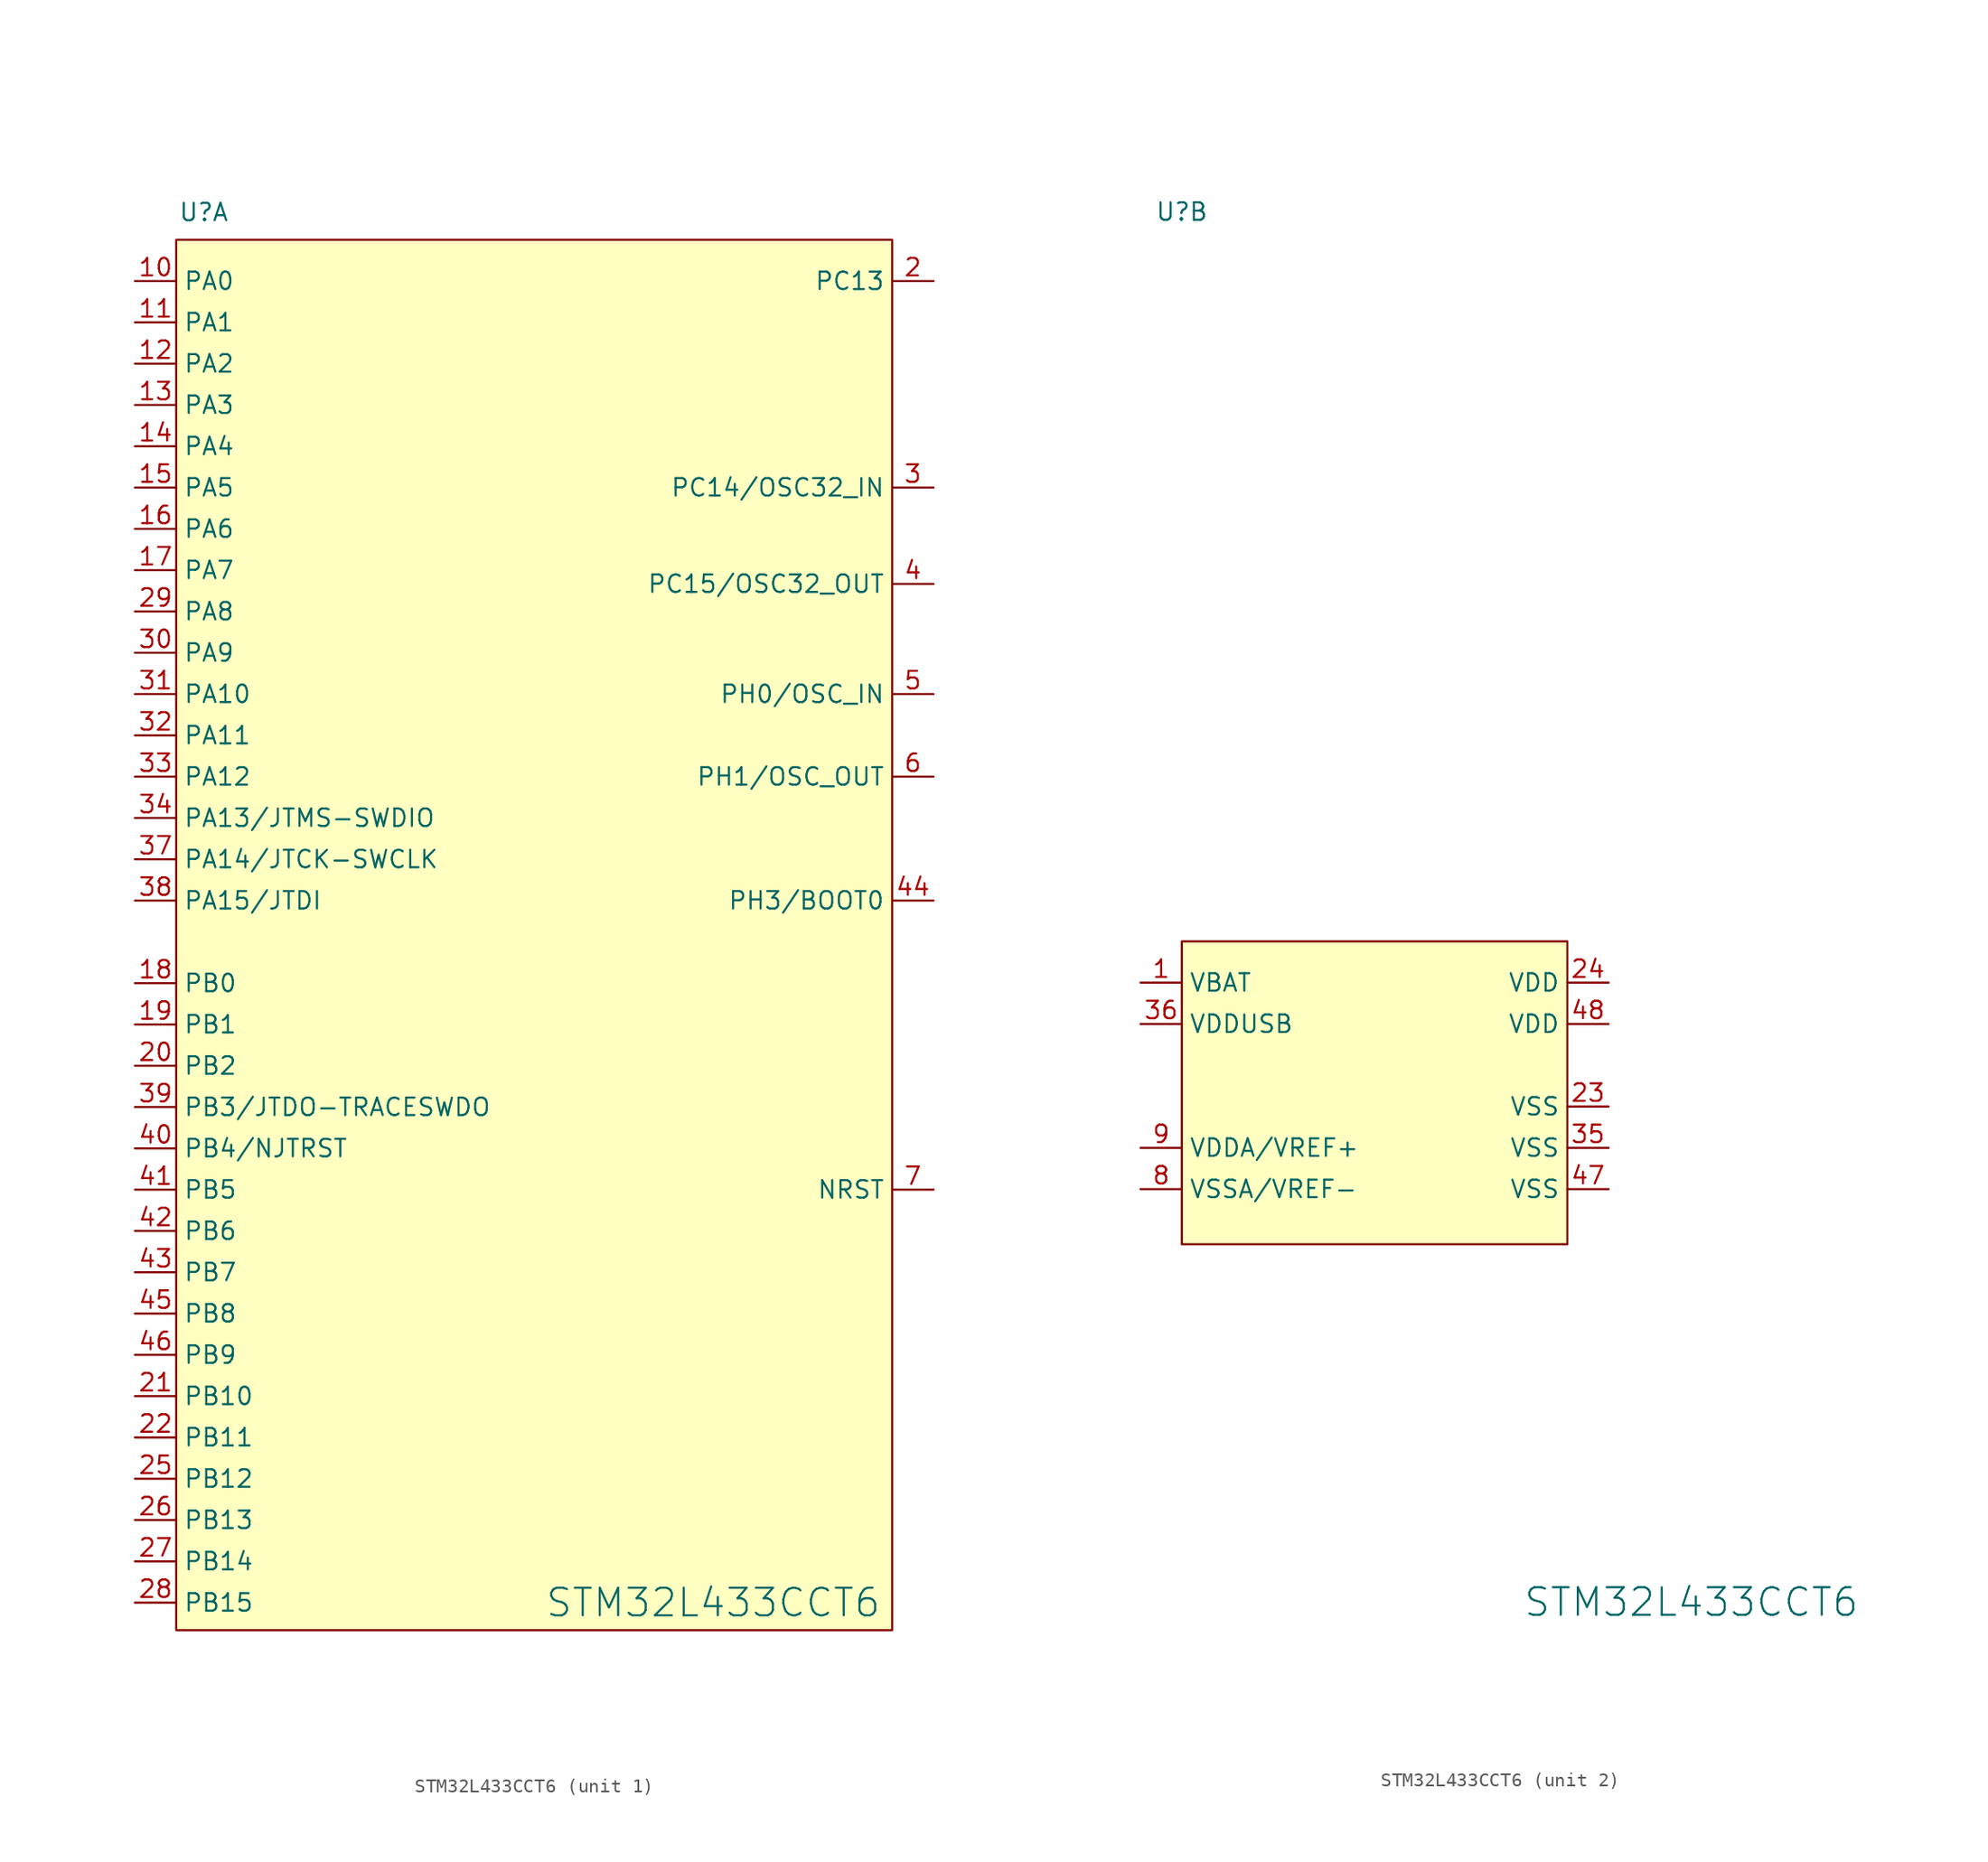
<source format=kicad_sym>
(kicad_symbol_lib
  (version 20211014)
  (generator kicad_symbol_editor)
  (symbol "STM32L433CCT6"
    (property "Reference" "U"
      (at 0 53 0)
      (effects (font (size 1.27 1.27))))
    (property "Value" "STM32L433CCT6"
      (at 37 -48 0)
      (effects (font (size 2 2))))
    (property "ki_locked" ""
      (at 0 0 0)
      (effects (font (size 1.27 1.27))))
    (symbol "STM32L433CCT6_1_1"
      (rectangle (start -2 51) (end 50 -50) (stroke (width 0) (type default) (color 0 0 0 0)) (fill (type background)))
      (pin free line (at -5 48 0) (length 3) (name "PA0" (effects (font (size 1.27 1.27)))) (number "10" (effects (font (size 1.27 1.27)))))
      (pin free line (at -5 45 0) (length 3) (name "PA1" (effects (font (size 1.27 1.27)))) (number "11" (effects (font (size 1.27 1.27)))))
      (pin free line (at -5 42 0) (length 3) (name "PA2" (effects (font (size 1.27 1.27)))) (number "12" (effects (font (size 1.27 1.27)))))
      (pin free line (at -5 39 0) (length 3) (name "PA3" (effects (font (size 1.27 1.27)))) (number "13" (effects (font (size 1.27 1.27)))))
      (pin free line (at -5 36 0) (length 3) (name "PA4" (effects (font (size 1.27 1.27)))) (number "14" (effects (font (size 1.27 1.27)))))
      (pin free line (at -5 33 0) (length 3) (name "PA5" (effects (font (size 1.27 1.27)))) (number "15" (effects (font (size 1.27 1.27)))))
      (pin free line (at -5 30 0) (length 3) (name "PA6" (effects (font (size 1.27 1.27)))) (number "16" (effects (font (size 1.27 1.27)))))
      (pin free line (at -5 27 0) (length 3) (name "PA7" (effects (font (size 1.27 1.27)))) (number "17" (effects (font (size 1.27 1.27)))))
      (pin free line (at -5 -3 0) (length 3) (name "PB0" (effects (font (size 1.27 1.27)))) (number "18" (effects (font (size 1.27 1.27)))))
      (pin free line (at -5 -6 0) (length 3) (name "PB1" (effects (font (size 1.27 1.27)))) (number "19" (effects (font (size 1.27 1.27)))))
      (pin free line (at 53 48 180) (length 3) (name "PC13" (effects (font (size 1.27 1.27)))) (number "2" (effects (font (size 1.27 1.27)))))
      (pin free line (at -5 -9 0) (length 3) (name "PB2" (effects (font (size 1.27 1.27)))) (number "20" (effects (font (size 1.27 1.27)))))
      (pin free line (at -5 -33 0) (length 3) (name "PB10" (effects (font (size 1.27 1.27)))) (number "21" (effects (font (size 1.27 1.27)))))
      (pin free line (at -5 -36 0) (length 3) (name "PB11" (effects (font (size 1.27 1.27)))) (number "22" (effects (font (size 1.27 1.27)))))
      (pin free line (at -5 -39 0) (length 3) (name "PB12" (effects (font (size 1.27 1.27)))) (number "25" (effects (font (size 1.27 1.27)))))
      (pin free line (at -5 -42 0) (length 3) (name "PB13" (effects (font (size 1.27 1.27)))) (number "26" (effects (font (size 1.27 1.27)))))
      (pin free line (at -5 -45 0) (length 3) (name "PB14" (effects (font (size 1.27 1.27)))) (number "27" (effects (font (size 1.27 1.27)))))
      (pin free line (at -5 -48 0) (length 3) (name "PB15" (effects (font (size 1.27 1.27)))) (number "28" (effects (font (size 1.27 1.27)))))
      (pin free line (at -5 24 0) (length 3) (name "PA8" (effects (font (size 1.27 1.27)))) (number "29" (effects (font (size 1.27 1.27)))))
      (pin free line (at 53 33 180) (length 3) (name "PC14/OSC32_IN" (effects (font (size 1.27 1.27)))) (number "3" (effects (font (size 1.27 1.27)))))
      (pin free line (at -5 21 0) (length 3) (name "PA9" (effects (font (size 1.27 1.27)))) (number "30" (effects (font (size 1.27 1.27)))))
      (pin free line (at -5 18 0) (length 3) (name "PA10" (effects (font (size 1.27 1.27)))) (number "31" (effects (font (size 1.27 1.27)))))
      (pin free line (at -5 15 0) (length 3) (name "PA11" (effects (font (size 1.27 1.27)))) (number "32" (effects (font (size 1.27 1.27)))))
      (pin free line (at -5 12 0) (length 3) (name "PA12" (effects (font (size 1.27 1.27)))) (number "33" (effects (font (size 1.27 1.27)))))
      (pin free line (at -5 9 0) (length 3) (name "PA13/JTMS-SWDIO" (effects (font (size 1.27 1.27)))) (number "34" (effects (font (size 1.27 1.27)))))
      (pin free line (at -5 6 0) (length 3) (name "PA14/JTCK-SWCLK" (effects (font (size 1.27 1.27)))) (number "37" (effects (font (size 1.27 1.27)))))
      (pin free line (at -5 3 0) (length 3) (name "PA15/JTDI" (effects (font (size 1.27 1.27)))) (number "38" (effects (font (size 1.27 1.27)))))
      (pin free line (at -5 -12 0) (length 3) (name "PB3/JTDO-TRACESWDO" (effects (font (size 1.27 1.27)))) (number "39" (effects (font (size 1.27 1.27)))))
      (pin free line (at 53 26 180) (length 3) (name "PC15/OSC32_OUT" (effects (font (size 1.27 1.27)))) (number "4" (effects (font (size 1.27 1.27)))))
      (pin free line (at -5 -15 0) (length 3) (name "PB4/NJTRST" (effects (font (size 1.27 1.27)))) (number "40" (effects (font (size 1.27 1.27)))))
      (pin free line (at -5 -18 0) (length 3) (name "PB5" (effects (font (size 1.27 1.27)))) (number "41" (effects (font (size 1.27 1.27)))))
      (pin free line (at -5 -21 0) (length 3) (name "PB6" (effects (font (size 1.27 1.27)))) (number "42" (effects (font (size 1.27 1.27)))))
      (pin free line (at -5 -24 0) (length 3) (name "PB7" (effects (font (size 1.27 1.27)))) (number "43" (effects (font (size 1.27 1.27)))))
      (pin free line (at 53 3 180) (length 3) (name "PH3/BOOT0" (effects (font (size 1.27 1.27)))) (number "44" (effects (font (size 1.27 1.27)))))
      (pin free line (at -5 -27 0) (length 3) (name "PB8" (effects (font (size 1.27 1.27)))) (number "45" (effects (font (size 1.27 1.27)))))
      (pin free line (at -5 -30 0) (length 3) (name "PB9" (effects (font (size 1.27 1.27)))) (number "46" (effects (font (size 1.27 1.27)))))
      (pin free line (at 53 18 180) (length 3) (name "PH0/OSC_IN" (effects (font (size 1.27 1.27)))) (number "5" (effects (font (size 1.27 1.27)))))
      (pin free line (at 53 12 180) (length 3) (name "PH1/OSC_OUT" (effects (font (size 1.27 1.27)))) (number "6" (effects (font (size 1.27 1.27)))))
      (pin free line (at 53 -18 180) (length 3) (name "NRST" (effects (font (size 1.27 1.27)))) (number "7" (effects (font (size 1.27 1.27))))))
    (symbol "STM32L433CCT6_2_1"
      (rectangle (start 0 0) (end 28 -22) (stroke (width 0) (type default) (color 0 0 0 0)) (fill (type background)))
      (pin free line (at -3 -3 0) (length 3) (name "VBAT" (effects (font (size 1.27 1.27)))) (number "1" (effects (font (size 1.27 1.27)))))
      (pin free line (at 31 -12 180) (length 3) (name "VSS" (effects (font (size 1.27 1.27)))) (number "23" (effects (font (size 1.27 1.27)))))
      (pin free line (at 31 -3 180) (length 3) (name "VDD" (effects (font (size 1.27 1.27)))) (number "24" (effects (font (size 1.27 1.27)))))
      (pin free line (at 31 -15 180) (length 3) (name "VSS" (effects (font (size 1.27 1.27)))) (number "35" (effects (font (size 1.27 1.27)))))
      (pin free line (at -3 -6 0) (length 3) (name "VDDUSB" (effects (font (size 1.27 1.27)))) (number "36" (effects (font (size 1.27 1.27)))))
      (pin free line (at 31 -18 180) (length 3) (name "VSS" (effects (font (size 1.27 1.27)))) (number "47" (effects (font (size 1.27 1.27)))))
      (pin free line (at 31 -6 180) (length 3) (name "VDD" (effects (font (size 1.27 1.27)))) (number "48" (effects (font (size 1.27 1.27)))))
      (pin free line (at -3 -18 0) (length 3) (name "VSSA/VREF-" (effects (font (size 1.27 1.27)))) (number "8" (effects (font (size 1.27 1.27)))))
      (pin free line (at -3 -15 0) (length 3) (name "VDDA/VREF+" (effects (font (size 1.27 1.27)))) (number "9" (effects (font (size 1.27 1.27))))))))
</source>
